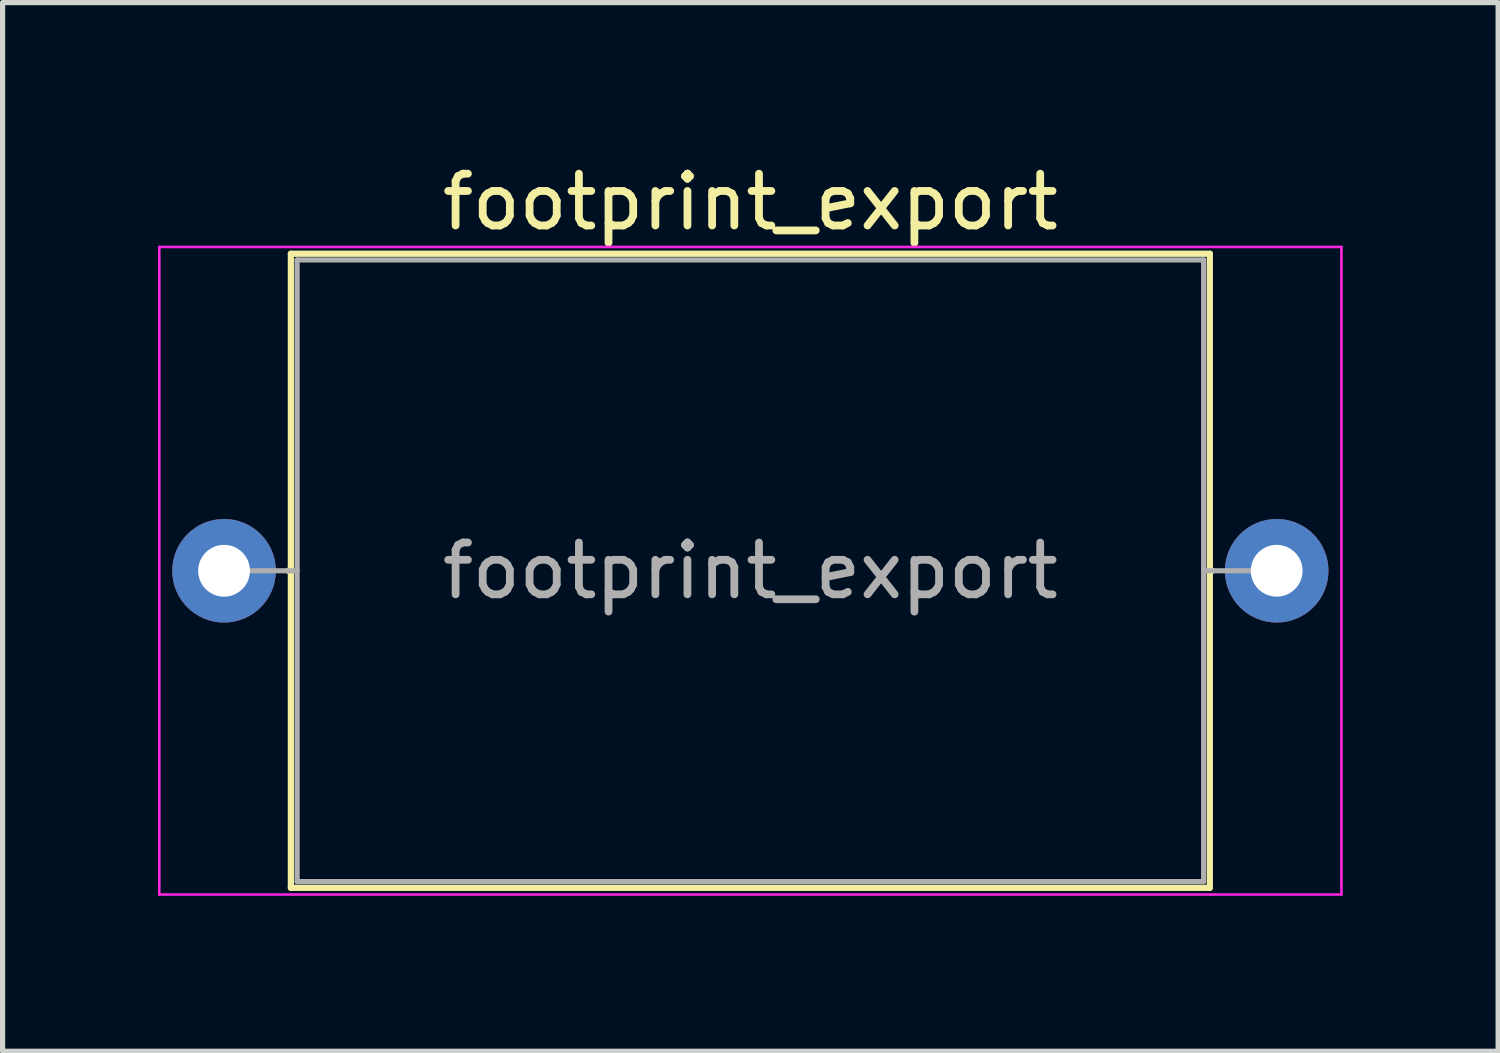
<source format=kicad_pcb>
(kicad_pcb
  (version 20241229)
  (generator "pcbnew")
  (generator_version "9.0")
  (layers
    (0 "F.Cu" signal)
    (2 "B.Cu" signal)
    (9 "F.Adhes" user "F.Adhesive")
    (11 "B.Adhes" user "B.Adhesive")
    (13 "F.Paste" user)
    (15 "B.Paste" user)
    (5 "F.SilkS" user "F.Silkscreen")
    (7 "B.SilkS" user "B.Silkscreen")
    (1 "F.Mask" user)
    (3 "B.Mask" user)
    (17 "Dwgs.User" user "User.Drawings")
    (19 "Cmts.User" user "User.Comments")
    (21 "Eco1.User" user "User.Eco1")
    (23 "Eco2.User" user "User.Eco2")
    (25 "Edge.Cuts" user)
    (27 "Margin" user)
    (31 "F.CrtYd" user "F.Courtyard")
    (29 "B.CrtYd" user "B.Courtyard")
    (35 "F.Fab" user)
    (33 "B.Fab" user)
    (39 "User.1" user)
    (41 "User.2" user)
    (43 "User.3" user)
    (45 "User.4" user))
  (footprint "footprint_export"
    (layer "F.Cu")
    (at 1.275 7.968)
    (property "Reference" "footprint_export" (at 10.16 -7.12 0) (layer "F.SilkS") (effects (font (size 1 1) (thickness 0.15))))
    (attr through_hole)
    (fp_line (start 1.24 0) (end 1.29 0) (stroke (width 0.12) (type solid)) (layer "F.SilkS"))
    (fp_line (start 1.29 -6.12) (end 1.29 6.12) (stroke (width 0.12) (type solid)) (layer "F.SilkS"))
    (fp_line (start 1.29 6.12) (end 19.03 6.12) (stroke (width 0.12) (type solid)) (layer "F.SilkS"))
    (fp_line (start 19.03 -6.12) (end 1.29 -6.12) (stroke (width 0.12) (type solid)) (layer "F.SilkS"))
    (fp_line (start 19.03 6.12) (end 19.03 -6.12) (stroke (width 0.12) (type solid)) (layer "F.SilkS"))
    (fp_line (start 19.08 0) (end 19.03 0) (stroke (width 0.12) (type solid)) (layer "F.SilkS"))
    (fp_line (start -1.25 -6.25) (end -1.25 6.25) (stroke (width 0.05) (type solid)) (layer "F.CrtYd"))
    (fp_line (start -1.25 6.25) (end 21.57 6.25) (stroke (width 0.05) (type solid)) (layer "F.CrtYd"))
    (fp_line (start 21.57 -6.25) (end -1.25 -6.25) (stroke (width 0.05) (type solid)) (layer "F.CrtYd"))
    (fp_line (start 21.57 6.25) (end 21.57 -6.25) (stroke (width 0.05) (type solid)) (layer "F.CrtYd"))
    (fp_line (start 0 0) (end 1.41 0) (stroke (width 0.1) (type solid)) (layer "F.Fab"))
    (fp_line (start 1.41 -6) (end 1.41 6) (stroke (width 0.1) (type solid)) (layer "F.Fab"))
    (fp_line (start 1.41 6) (end 18.91 6) (stroke (width 0.1) (type solid)) (layer "F.Fab"))
    (fp_line (start 18.91 -6) (end 1.41 -6) (stroke (width 0.1) (type solid)) (layer "F.Fab"))
    (fp_line (start 18.91 6) (end 18.91 -6) (stroke (width 0.1) (type solid)) (layer "F.Fab"))
    (fp_line (start 20.32 0) (end 18.91 0) (stroke (width 0.1) (type solid)) (layer "F.Fab"))
    (fp_text user "${REFERENCE}" (at 10.16 0 0) (layer "F.Fab") (effects (font (size 1 1) (thickness 0.15))))
    (pad "1" thru_hole circle (at 0 0) (size 2 2) (drill 1) (layers "*.Cu" "*.Mask"))
    (pad "2" thru_hole oval (at 20.32 0) (size 2 2) (drill 1) (layers "*.Cu" "*.Mask")))
  (gr_rect
    (start -3 -3)
    (end 25.87 17.243)
    (stroke (width 0.1) (type default))
    (fill no)
    (layer "Edge.Cuts")))
</source>
